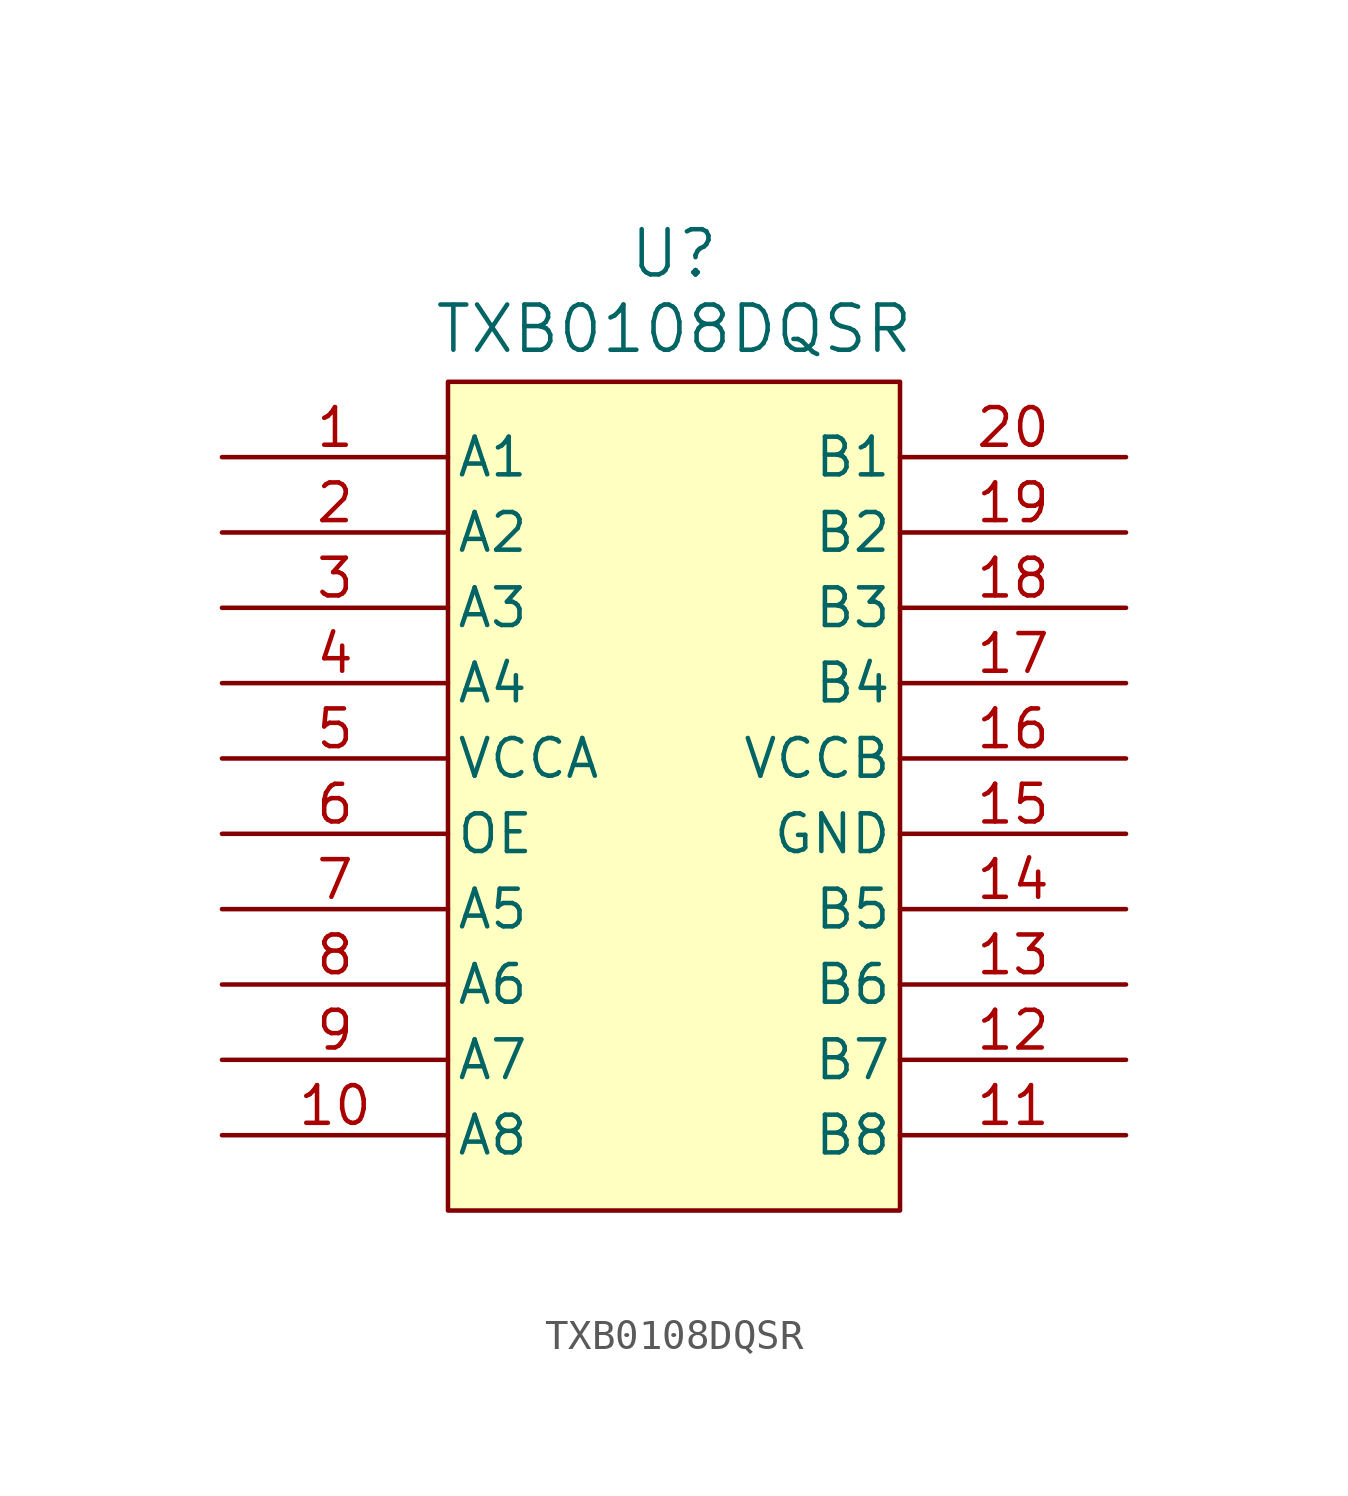
<source format=kicad_sym>
(kicad_symbol_lib
  (version 20231120)
  (generator "kicad_symbol_editor")
  (generator_version "8.0")
  (symbol "TXB0108DQSR"
    (pin_names
      (offset 0.254))
    (property "Reference" "U"
      (at 20.32 6.858 0)
      (effects (font (size 1.524 1.524))))
    (property "Value" "TXB0108DQSR"
      (at 20.32 4.318 0)
      (effects (font (size 1.524 1.524))))
    (property "ki_locked" ""
      (at 0 0 0)
      (effects (font (size 1.27 1.27))))
    (symbol "TXB0108DQSR_0_1"
      (pin bidirectional line (at 5.08 0 0) (length 7.62) (name "A1" (effects (font (size 1.27 1.27)))) (number "1" (effects (font (size 1.27 1.27)))))
      (pin bidirectional line (at 5.08 -22.86 0) (length 7.62) (name "A8" (effects (font (size 1.27 1.27)))) (number "10" (effects (font (size 1.27 1.27)))))
      (pin bidirectional line (at 35.56 -22.86 180) (length 7.62) (name "B8" (effects (font (size 1.27 1.27)))) (number "11" (effects (font (size 1.27 1.27)))))
      (pin bidirectional line (at 35.56 -20.32 180) (length 7.62) (name "B7" (effects (font (size 1.27 1.27)))) (number "12" (effects (font (size 1.27 1.27)))))
      (pin bidirectional line (at 35.56 -17.78 180) (length 7.62) (name "B6" (effects (font (size 1.27 1.27)))) (number "13" (effects (font (size 1.27 1.27)))))
      (pin bidirectional line (at 35.56 -15.24 180) (length 7.62) (name "B5" (effects (font (size 1.27 1.27)))) (number "14" (effects (font (size 1.27 1.27)))))
      (pin power_in line (at 35.56 -12.7 180) (length 7.62) (name "GND" (effects (font (size 1.27 1.27)))) (number "15" (effects (font (size 1.27 1.27)))))
      (pin power_in line (at 35.56 -10.16 180) (length 7.62) (name "VCCB" (effects (font (size 1.27 1.27)))) (number "16" (effects (font (size 1.27 1.27)))))
      (pin bidirectional line (at 35.56 -7.62 180) (length 7.62) (name "B4" (effects (font (size 1.27 1.27)))) (number "17" (effects (font (size 1.27 1.27)))))
      (pin bidirectional line (at 35.56 -5.08 180) (length 7.62) (name "B3" (effects (font (size 1.27 1.27)))) (number "18" (effects (font (size 1.27 1.27)))))
      (pin bidirectional line (at 35.56 -2.54 180) (length 7.62) (name "B2" (effects (font (size 1.27 1.27)))) (number "19" (effects (font (size 1.27 1.27)))))
      (pin bidirectional line (at 5.08 -2.54 0) (length 7.62) (name "A2" (effects (font (size 1.27 1.27)))) (number "2" (effects (font (size 1.27 1.27)))))
      (pin bidirectional line (at 35.56 0 180) (length 7.62) (name "B1" (effects (font (size 1.27 1.27)))) (number "20" (effects (font (size 1.27 1.27)))))
      (pin bidirectional line (at 5.08 -5.08 0) (length 7.62) (name "A3" (effects (font (size 1.27 1.27)))) (number "3" (effects (font (size 1.27 1.27)))))
      (pin bidirectional line (at 5.08 -7.62 0) (length 7.62) (name "A4" (effects (font (size 1.27 1.27)))) (number "4" (effects (font (size 1.27 1.27)))))
      (pin power_in line (at 5.08 -10.16 0) (length 7.62) (name "VCCA" (effects (font (size 1.27 1.27)))) (number "5" (effects (font (size 1.27 1.27)))))
      (pin input line (at 5.08 -12.7 0) (length 7.62) (name "OE" (effects (font (size 1.27 1.27)))) (number "6" (effects (font (size 1.27 1.27)))))
      (pin bidirectional line (at 5.08 -15.24 0) (length 7.62) (name "A5" (effects (font (size 1.27 1.27)))) (number "7" (effects (font (size 1.27 1.27)))))
      (pin bidirectional line (at 5.08 -17.78 0) (length 7.62) (name "A6" (effects (font (size 1.27 1.27)))) (number "8" (effects (font (size 1.27 1.27)))))
      (pin bidirectional line (at 5.08 -20.32 0) (length 7.62) (name "A7" (effects (font (size 1.27 1.27)))) (number "9" (effects (font (size 1.27 1.27))))))
    (symbol "TXB0108DQSR_1_1"
      (rectangle (start 12.7 2.54) (end 27.94 -25.4) (stroke (width 0) (type default)) (fill (type background))))))
</source>
